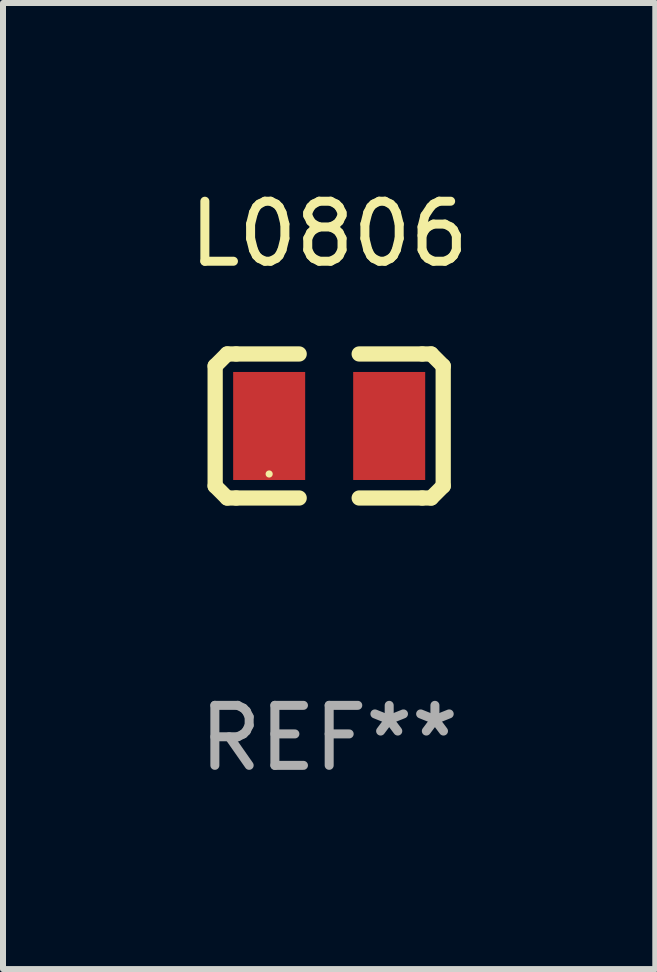
<source format=kicad_pcb>
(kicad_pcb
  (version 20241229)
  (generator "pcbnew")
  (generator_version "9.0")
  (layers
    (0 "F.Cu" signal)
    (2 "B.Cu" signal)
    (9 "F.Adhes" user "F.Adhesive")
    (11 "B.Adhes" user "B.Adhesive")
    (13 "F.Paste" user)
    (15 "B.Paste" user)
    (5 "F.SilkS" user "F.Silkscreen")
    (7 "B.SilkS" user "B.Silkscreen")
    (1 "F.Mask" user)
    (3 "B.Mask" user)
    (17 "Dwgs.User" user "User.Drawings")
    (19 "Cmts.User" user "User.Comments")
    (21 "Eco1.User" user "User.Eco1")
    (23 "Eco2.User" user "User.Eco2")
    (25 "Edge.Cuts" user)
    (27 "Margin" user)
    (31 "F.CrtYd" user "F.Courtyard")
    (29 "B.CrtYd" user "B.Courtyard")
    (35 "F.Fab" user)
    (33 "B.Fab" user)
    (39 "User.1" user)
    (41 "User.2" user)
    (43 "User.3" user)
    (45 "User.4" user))
  (footprint "L0806"
    (layer "F.Cu")
    (at 2.435 4.048)
    (property "Reference" "L0806" (at 0 -3.2 0) (layer "F.SilkS") (effects (font (size 1 1) (thickness 0.15))))
    (attr smd)
    (fp_line (start -1.9 -1) (end -1.9 1) (stroke (width 0.254) (type solid)) (layer "F.SilkS"))
    (fp_line (start -1.7 -1.2) (end -1.9 -1) (stroke (width 0.254) (type solid)) (layer "F.SilkS"))
    (fp_line (start -1.7 1.2) (end -1.9 1) (stroke (width 0.254) (type solid)) (layer "F.SilkS"))
    (fp_line (start -1.55 -1.2) (end -1.7 -1.2) (stroke (width 0.254) (type solid)) (layer "F.SilkS"))
    (fp_line (start -1.55 1.2) (end -1.7 1.2) (stroke (width 0.254) (type solid)) (layer "F.SilkS"))
    (fp_line (start -0.5 -1.2) (end -1.55 -1.2) (stroke (width 0.254) (type solid)) (layer "F.SilkS"))
    (fp_line (start -0.5 1.2) (end -1.55 1.2) (stroke (width 0.254) (type solid)) (layer "F.SilkS"))
    (fp_line (start 0.5 -1.2) (end 1.55 -1.2) (stroke (width 0.254) (type solid)) (layer "F.SilkS"))
    (fp_line (start 0.5 1.2) (end 1.55 1.2) (stroke (width 0.254) (type solid)) (layer "F.SilkS"))
    (fp_line (start 1.55 -1.2) (end 1.7 -1.2) (stroke (width 0.254) (type solid)) (layer "F.SilkS"))
    (fp_line (start 1.55 1.2) (end 1.7 1.2) (stroke (width 0.254) (type solid)) (layer "F.SilkS"))
    (fp_line (start 1.7 -1.2) (end 1.9 -1) (stroke (width 0.254) (type solid)) (layer "F.SilkS"))
    (fp_line (start 1.7 1.2) (end 1.9 1) (stroke (width 0.254) (type solid)) (layer "F.SilkS"))
    (fp_line (start 1.9 -1) (end 1.9 1) (stroke (width 0.254) (type solid)) (layer "F.SilkS"))
    (fp_circle (center -1 0.8) (end -0.97 0.8) (stroke (width 0.06) (type solid)) (fill no) (layer "F.SilkS"))
    (fp_text user "REF**" (at 0 5.2 0) (layer "F.Fab") (effects (font (size 1 1) (thickness 0.15))))
    (pad "1" smd rect (at -1 0) (size 1.2 1.8) (layers "F.Cu" "F.Mask" "F.Paste"))
    (pad "2" smd rect (at 1 0) (size 1.2 1.8) (layers "F.Cu" "F.Mask" "F.Paste")))
  (gr_rect
    (start -3 -3)
    (end 7.869 13.097)
    (stroke (width 0.1) (type default))
    (fill no)
    (layer "Edge.Cuts")))
</source>
